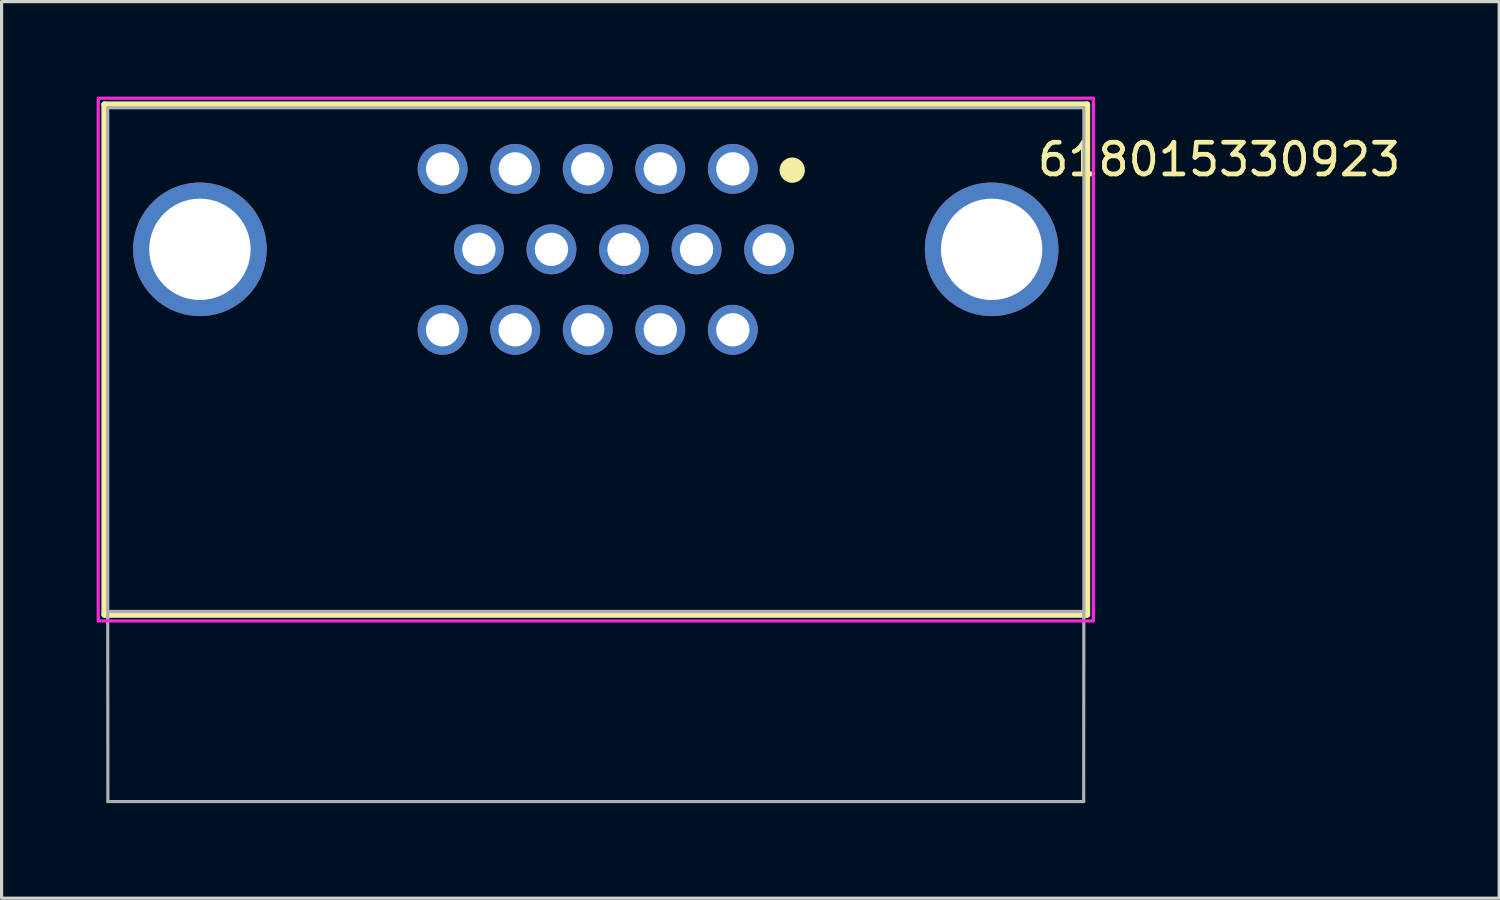
<source format=kicad_pcb>
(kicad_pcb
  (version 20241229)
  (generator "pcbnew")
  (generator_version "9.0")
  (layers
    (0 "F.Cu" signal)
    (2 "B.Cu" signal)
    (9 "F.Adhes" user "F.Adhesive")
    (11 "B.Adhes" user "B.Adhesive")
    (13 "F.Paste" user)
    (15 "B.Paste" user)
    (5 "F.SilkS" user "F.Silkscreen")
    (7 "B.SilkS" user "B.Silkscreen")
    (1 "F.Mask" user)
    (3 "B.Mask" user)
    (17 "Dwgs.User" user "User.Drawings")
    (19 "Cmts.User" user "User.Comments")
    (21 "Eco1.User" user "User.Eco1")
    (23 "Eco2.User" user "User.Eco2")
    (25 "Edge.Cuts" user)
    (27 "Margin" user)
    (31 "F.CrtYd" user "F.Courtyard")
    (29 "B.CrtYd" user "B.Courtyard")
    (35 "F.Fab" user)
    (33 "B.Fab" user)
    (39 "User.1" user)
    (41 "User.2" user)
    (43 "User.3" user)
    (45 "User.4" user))
  (footprint "618015330923"
    (layer "F.Cu")
    (at 15.755 11.3)
    (property "Reference" "618015330923" (at 19.675 -9.315 0) (layer "F.SilkS") (effects (font (size 1 1) (thickness 0.15))))
    (attr through_hole)
    (fp_line (start -15.505 -11.05) (end 15.505 -11.05) (stroke (width 0.2) (type solid)) (layer "F.SilkS"))
    (fp_line (start -15.505 5.05) (end -15.505 -11.05) (stroke (width 0.2) (type solid)) (layer "F.SilkS"))
    (fp_line (start 15.505 -11.05) (end 15.505 5.05) (stroke (width 0.2) (type solid)) (layer "F.SilkS"))
    (fp_line (start 15.505 5.05) (end -15.505 5.05) (stroke (width 0.2) (type solid)) (layer "F.SilkS"))
    (fp_circle (center 6.2 -8.98) (end 6.4 -8.98) (stroke (width 0.4) (type solid)) (fill no) (layer "F.SilkS"))
    (fp_poly (pts (xy -15.705 -11.25) (xy 15.705 -11.25) (xy 15.705 5.25) (xy -15.705 5.25)) (stroke (width 0.1) (type solid)) (fill no) (layer "F.CrtYd"))
    (fp_line (start -15.405 -10.95) (end 15.405 -10.95) (stroke (width 0.1) (type solid)) (layer "F.Fab"))
    (fp_line (start -15.405 4.95) (end -15.405 -10.95) (stroke (width 0.1) (type solid)) (layer "F.Fab"))
    (fp_line (start -15.4 10.95) (end -15.405 4.95) (stroke (width 0.1) (type solid)) (layer "F.Fab"))
    (fp_line (start 15.4 10.95) (end -15.4 10.95) (stroke (width 0.1) (type solid)) (layer "F.Fab"))
    (fp_line (start 15.405 -10.95) (end 15.405 4.95) (stroke (width 0.1) (type solid)) (layer "F.Fab"))
    (fp_line (start 15.405 4.95) (end -15.405 4.95) (stroke (width 0.1) (type solid)) (layer "F.Fab"))
    (fp_line (start 15.405 4.95) (end 15.4 10.95) (stroke (width 0.1) (type solid)) (layer "F.Fab"))
    (pad "1" thru_hole circle (at 4.326 -9.02) (size 1.575 1.575) (drill 1.05) (layers "*.Cu" "*.Mask"))
    (pad "2" thru_hole circle (at 2.036 -9.02) (size 1.575 1.575) (drill 1.05) (layers "*.Cu" "*.Mask"))
    (pad "3" thru_hole circle (at -0.254 -9.02) (size 1.575 1.575) (drill 1.05) (layers "*.Cu" "*.Mask"))
    (pad "4" thru_hole circle (at -2.544 -9.02) (size 1.575 1.575) (drill 1.05) (layers "*.Cu" "*.Mask"))
    (pad "5" thru_hole circle (at -4.834 -9.02) (size 1.575 1.575) (drill 1.05) (layers "*.Cu" "*.Mask"))
    (pad "6" thru_hole circle (at 5.471 -6.48) (size 1.575 1.575) (drill 1.05) (layers "*.Cu" "*.Mask"))
    (pad "7" thru_hole circle (at 3.181 -6.48) (size 1.575 1.575) (drill 1.05) (layers "*.Cu" "*.Mask"))
    (pad "8" thru_hole circle (at 0.891 -6.48) (size 1.575 1.575) (drill 1.05) (layers "*.Cu" "*.Mask"))
    (pad "9" thru_hole circle (at -1.399 -6.48) (size 1.575 1.575) (drill 1.05) (layers "*.Cu" "*.Mask"))
    (pad "10" thru_hole circle (at -3.689 -6.48) (size 1.575 1.575) (drill 1.05) (layers "*.Cu" "*.Mask"))
    (pad "11" thru_hole circle (at 4.326 -3.94) (size 1.575 1.575) (drill 1.05) (layers "*.Cu" "*.Mask"))
    (pad "12" thru_hole circle (at 2.036 -3.94) (size 1.575 1.575) (drill 1.05) (layers "*.Cu" "*.Mask"))
    (pad "13" thru_hole circle (at -0.254 -3.94) (size 1.575 1.575) (drill 1.05) (layers "*.Cu" "*.Mask"))
    (pad "14" thru_hole circle (at -2.544 -3.94) (size 1.575 1.575) (drill 1.05) (layers "*.Cu" "*.Mask"))
    (pad "15" thru_hole circle (at -4.834 -3.94) (size 1.575 1.575) (drill 1.05) (layers "*.Cu" "*.Mask"))
    (pad "S1" thru_hole circle (at -12.495 -6.48) (size 4.216 4.216) (drill 3.2) (layers "*.Cu" "*.Mask"))
    (pad "S2" thru_hole circle (at 12.495 -6.48) (size 4.216 4.216) (drill 3.2) (layers "*.Cu" "*.Mask")))
  (gr_rect
    (start -3 -3)
    (end 44.269 25.3)
    (stroke (width 0.1) (type default))
    (fill no)
    (layer "Edge.Cuts")))
</source>
